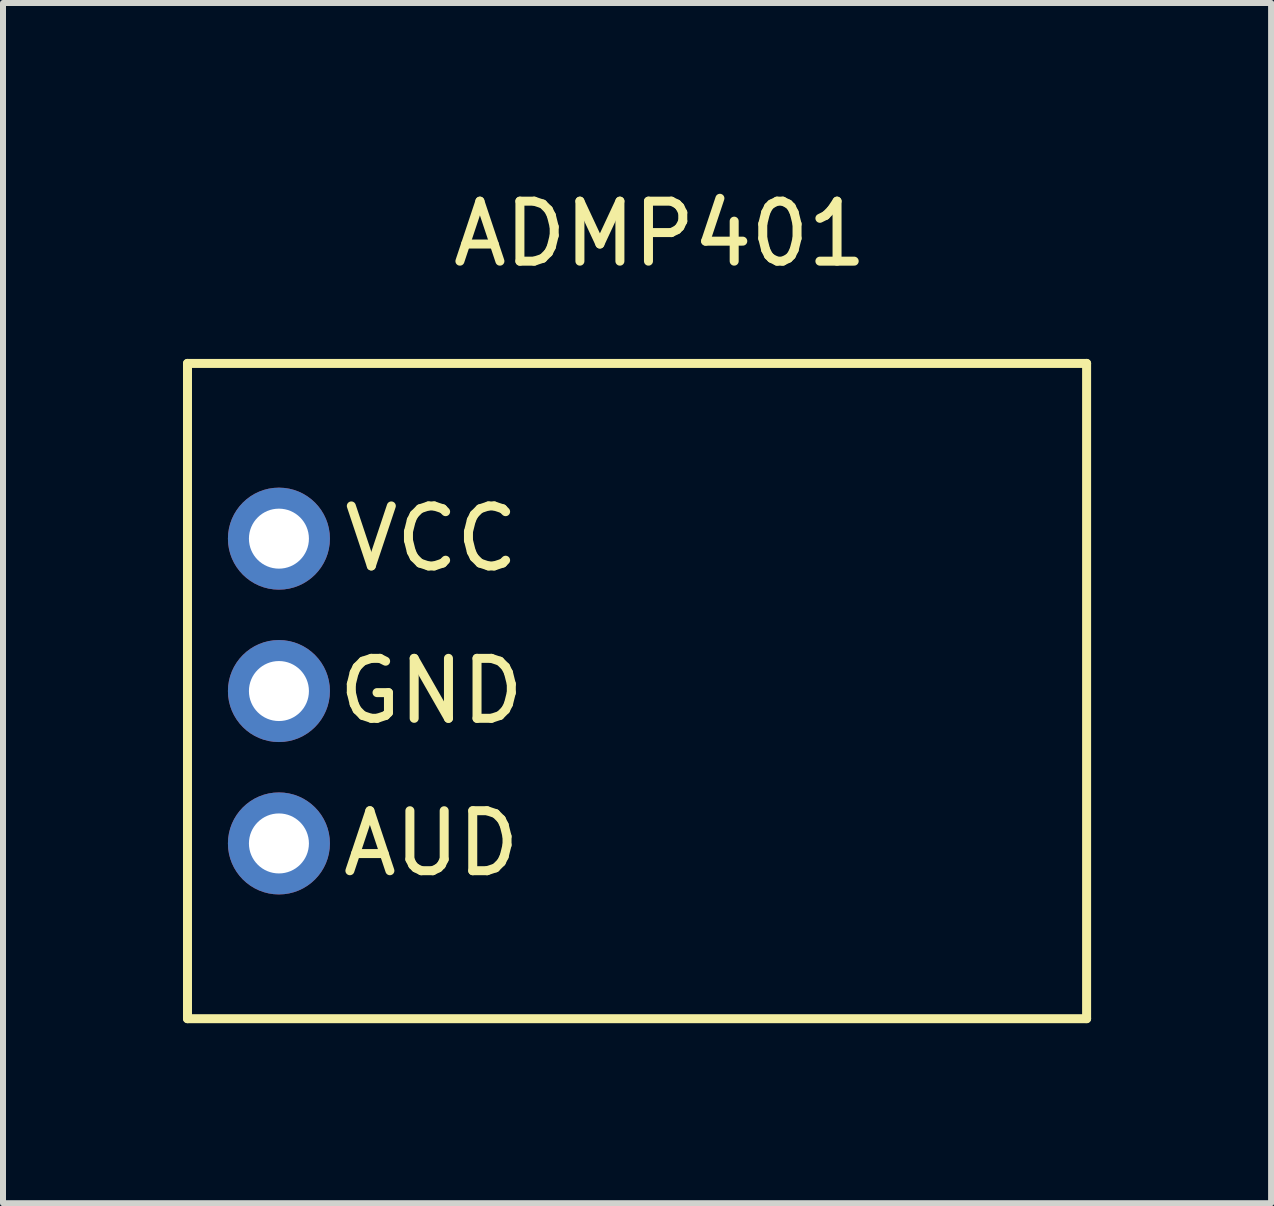
<source format=kicad_pcb>
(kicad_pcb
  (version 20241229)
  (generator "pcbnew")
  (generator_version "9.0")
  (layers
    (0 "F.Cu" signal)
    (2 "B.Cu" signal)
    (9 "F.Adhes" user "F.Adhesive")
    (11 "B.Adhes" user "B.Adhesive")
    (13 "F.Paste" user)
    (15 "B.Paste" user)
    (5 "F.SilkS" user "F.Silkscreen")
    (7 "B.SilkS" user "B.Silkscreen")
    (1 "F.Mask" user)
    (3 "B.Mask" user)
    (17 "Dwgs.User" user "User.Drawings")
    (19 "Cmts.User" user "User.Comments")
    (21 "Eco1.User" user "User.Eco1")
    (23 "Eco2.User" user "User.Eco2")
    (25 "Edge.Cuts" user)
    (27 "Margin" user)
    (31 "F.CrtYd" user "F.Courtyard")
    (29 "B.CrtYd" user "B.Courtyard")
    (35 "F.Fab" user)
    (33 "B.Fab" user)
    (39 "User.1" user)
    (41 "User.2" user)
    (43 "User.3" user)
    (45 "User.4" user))
  (footprint "ADMP401"
    (layer "F.Cu")
    (at 7.949 8.468)
    (property "Reference" "ADMP401" (at 0 -7.62 0) (layer "F.SilkS") (effects (font (size 1 1) (thickness 0.15))))
    (attr through_hole)
    (fp_line (start -7.874 -5.461) (end 7.112 -5.461) (stroke (width 0.15) (type solid)) (layer "F.SilkS"))
    (fp_line (start -7.874 -5.334) (end -7.874 -5.461) (stroke (width 0.15) (type solid)) (layer "F.SilkS"))
    (fp_line (start -7.874 5.461) (end -7.874 -5.334) (stroke (width 0.15) (type solid)) (layer "F.SilkS"))
    (fp_line (start 7.112 -5.461) (end 7.112 5.461) (stroke (width 0.15) (type solid)) (layer "F.SilkS"))
    (fp_line (start 7.112 5.461) (end -7.874 5.461) (stroke (width 0.15) (type solid)) (layer "F.SilkS"))
    (fp_text user "AUD" (at -3.81 2.54 0) (layer "F.SilkS") (effects (font (size 1 1) (thickness 0.15))))
    (fp_text user "GND" (at -3.81 0 0) (layer "F.SilkS") (effects (font (size 1 1) (thickness 0.15))))
    (fp_text user "VCC" (at -3.81 -2.54 0) (layer "F.SilkS") (effects (font (size 1 1) (thickness 0.15))))
    (pad "1" thru_hole circle (at -6.35 -2.54) (size 1.7 1.7) (drill 1) (layers "*.Cu" "*.Mask"))
    (pad "2" thru_hole circle (at -6.35 0) (size 1.7 1.7) (drill 1) (layers "*.Cu" "*.Mask"))
    (pad "3" thru_hole circle (at -6.35 2.54) (size 1.7 1.7) (drill 1) (layers "*.Cu" "*.Mask")))
  (gr_rect
    (start -3 -3)
    (end 18.136 17.004)
    (stroke (width 0.1) (type default))
    (fill no)
    (layer "Edge.Cuts")))
</source>
